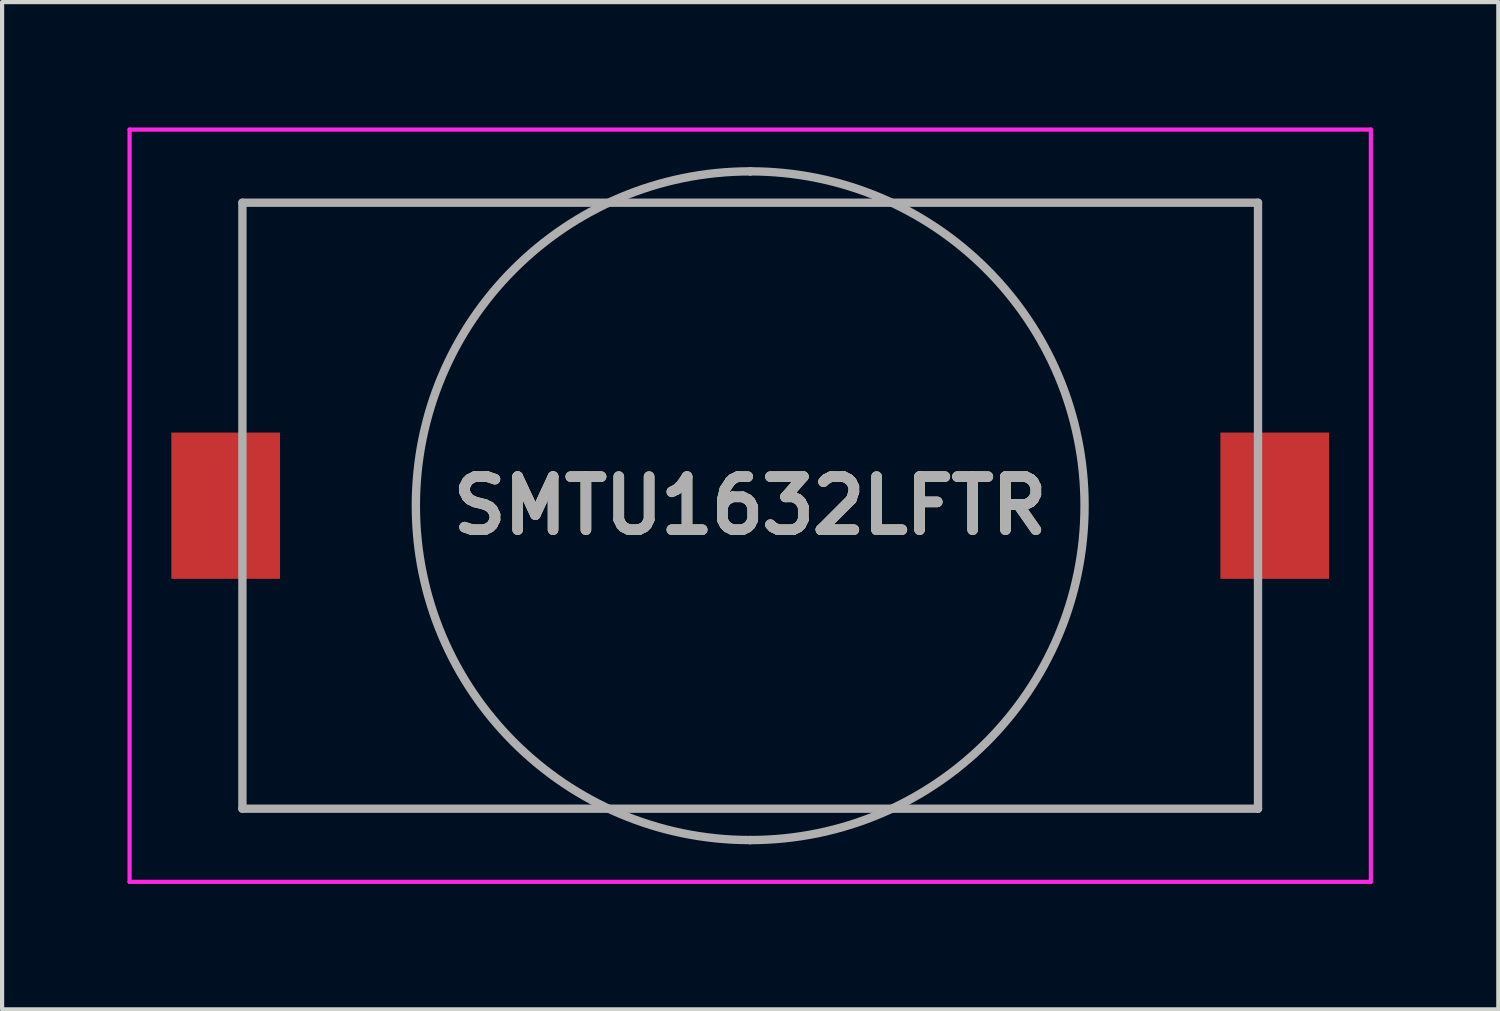
<source format=kicad_pcb>
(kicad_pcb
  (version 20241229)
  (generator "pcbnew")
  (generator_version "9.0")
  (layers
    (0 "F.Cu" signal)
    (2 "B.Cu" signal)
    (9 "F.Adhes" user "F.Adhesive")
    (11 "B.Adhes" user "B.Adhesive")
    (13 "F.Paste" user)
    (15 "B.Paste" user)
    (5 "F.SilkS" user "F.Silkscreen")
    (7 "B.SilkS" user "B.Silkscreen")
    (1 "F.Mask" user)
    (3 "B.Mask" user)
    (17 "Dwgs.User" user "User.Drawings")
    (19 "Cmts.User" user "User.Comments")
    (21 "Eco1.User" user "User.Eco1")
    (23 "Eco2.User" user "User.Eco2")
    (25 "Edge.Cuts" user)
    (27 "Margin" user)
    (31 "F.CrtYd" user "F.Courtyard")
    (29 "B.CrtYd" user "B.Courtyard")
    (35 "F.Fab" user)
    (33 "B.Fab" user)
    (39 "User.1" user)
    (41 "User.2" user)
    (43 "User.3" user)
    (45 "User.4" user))
  (footprint "SMTU1632LFTR"
    (layer "F.Cu")
    (at 14.9 9.05)
    (property "Reference" "SMTU1632LFTR" (at 0 0 0) (layer "F.SilkS") (effects (font (size 1.27 1.27) (thickness 0.254))))
    (attr smd)
    (fp_line (start -12.15 -7.25) (end -12.15 -2.5) (stroke (width 0.1) (type solid)) (layer "F.SilkS"))
    (fp_line (start -12.15 2.5) (end -12.15 7.25) (stroke (width 0.1) (type solid)) (layer "F.SilkS"))
    (fp_line (start -12.15 7.25) (end 12.15 7.25) (stroke (width 0.1) (type solid)) (layer "F.SilkS"))
    (fp_line (start 0 -8) (end 0 -8) (stroke (width 0.1) (type solid)) (layer "F.SilkS"))
    (fp_line (start 0 8) (end 0 8) (stroke (width 0.1) (type solid)) (layer "F.SilkS"))
    (fp_line (start 12.15 -7.25) (end -12.15 -7.25) (stroke (width 0.1) (type solid)) (layer "F.SilkS"))
    (fp_line (start 12.15 -2.5) (end 12.15 -7.25) (stroke (width 0.1) (type solid)) (layer "F.SilkS"))
    (fp_line (start 12.15 7.25) (end 12.15 2.5) (stroke (width 0.1) (type solid)) (layer "F.SilkS"))
    (fp_arc (start 0 -8) (mid 8 0) (end 0 8) (stroke (width 0.1) (type solid)) (layer "F.SilkS"))
    (fp_arc (start 0 8) (mid -8 0) (end 0 -8) (stroke (width 0.1) (type solid)) (layer "F.SilkS"))
    (fp_line (start -14.85 -9) (end 14.85 -9) (stroke (width 0.1) (type solid)) (layer "F.CrtYd"))
    (fp_line (start -14.85 9) (end -14.85 -9) (stroke (width 0.1) (type solid)) (layer "F.CrtYd"))
    (fp_line (start 14.85 -9) (end 14.85 9) (stroke (width 0.1) (type solid)) (layer "F.CrtYd"))
    (fp_line (start 14.85 9) (end -14.85 9) (stroke (width 0.1) (type solid)) (layer "F.CrtYd"))
    (fp_line (start -12.15 -7.25) (end 12.15 -7.25) (stroke (width 0.2) (type solid)) (layer "F.Fab"))
    (fp_line (start -12.15 7.25) (end -12.15 -7.25) (stroke (width 0.2) (type solid)) (layer "F.Fab"))
    (fp_line (start 0 -8) (end 0 -8) (stroke (width 0.2) (type solid)) (layer "F.Fab"))
    (fp_line (start 0 8) (end 0 8) (stroke (width 0.2) (type solid)) (layer "F.Fab"))
    (fp_line (start 12.15 -7.25) (end 12.15 7.25) (stroke (width 0.2) (type solid)) (layer "F.Fab"))
    (fp_line (start 12.15 7.25) (end -12.15 7.25) (stroke (width 0.2) (type solid)) (layer "F.Fab"))
    (fp_arc (start 0 -8) (mid 8 0) (end 0 8) (stroke (width 0.2) (type solid)) (layer "F.Fab"))
    (fp_arc (start 0 8) (mid -8 0) (end 0 -8) (stroke (width 0.2) (type solid)) (layer "F.Fab"))
    (fp_text user "${REFERENCE}" (at 0 0 0) (layer "F.Fab") (effects (font (size 1.27 1.27) (thickness 0.254))))
    (pad "1" smd rect (at -12.55 0) (size 2.6 3.5) (layers "F.Cu" "F.Mask" "F.Paste"))
    (pad "2" smd rect (at 12.55 0) (size 2.6 3.5) (layers "F.Cu" "F.Mask" "F.Paste")))
  (gr_rect
    (start -3 -3)
    (end 32.8 21.1)
    (stroke (width 0.1) (type default))
    (fill no)
    (layer "Edge.Cuts")))
</source>
